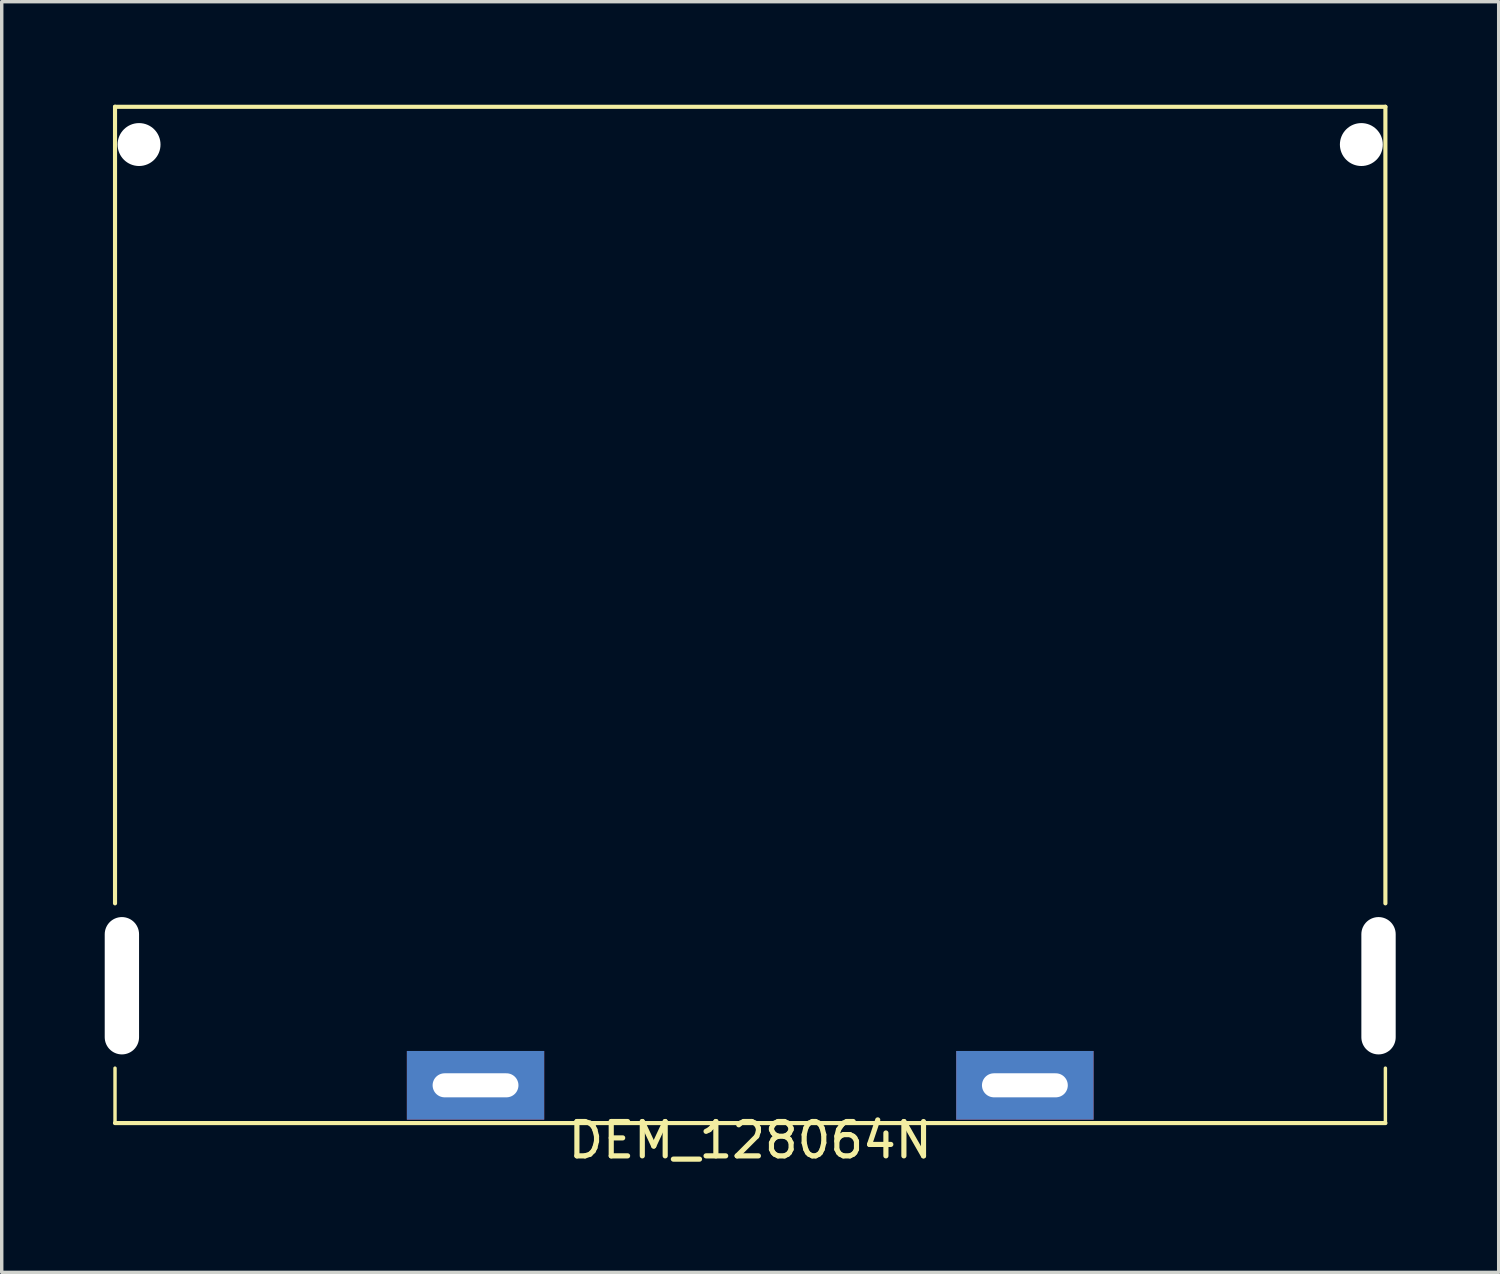
<source format=kicad_pcb>
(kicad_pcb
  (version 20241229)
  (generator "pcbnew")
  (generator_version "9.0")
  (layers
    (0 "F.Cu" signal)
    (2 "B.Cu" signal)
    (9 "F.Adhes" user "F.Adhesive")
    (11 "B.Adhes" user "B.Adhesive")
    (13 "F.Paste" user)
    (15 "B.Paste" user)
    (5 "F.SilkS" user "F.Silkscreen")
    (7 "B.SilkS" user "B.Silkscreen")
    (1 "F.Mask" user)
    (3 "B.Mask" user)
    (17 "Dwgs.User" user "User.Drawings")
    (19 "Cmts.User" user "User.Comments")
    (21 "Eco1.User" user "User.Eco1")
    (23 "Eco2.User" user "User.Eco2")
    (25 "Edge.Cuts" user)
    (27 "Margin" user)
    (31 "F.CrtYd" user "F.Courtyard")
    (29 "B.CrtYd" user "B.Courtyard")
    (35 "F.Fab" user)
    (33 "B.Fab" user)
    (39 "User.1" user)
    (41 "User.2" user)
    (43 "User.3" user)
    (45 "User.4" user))
  (footprint "DEM_128064N"
    (layer "F.Cu")
    (at 18.8 29.66)
    (property "Reference" "DEM_128064N" (at 0 0.5 0) (layer "F.SilkS") (effects (font (size 1 1) (thickness 0.15))))
    (attr through_hole)
    (fp_line (start -18.5 -29.6) (end 18.5 -29.6) (stroke (width 0.12) (type solid)) (layer "F.SilkS"))
    (fp_line (start -18.5 -6.4) (end -18.5 -29.6) (stroke (width 0.12) (type solid)) (layer "F.SilkS"))
    (fp_line (start -18.5 0) (end -18.5 -1.6) (stroke (width 0.1) (type default)) (layer "F.SilkS"))
    (fp_line (start -18.5 0) (end 18.5 0) (stroke (width 0.12) (type solid)) (layer "F.SilkS"))
    (fp_line (start 18.5 -6.4) (end 18.5 -29.6) (stroke (width 0.12) (type solid)) (layer "F.SilkS"))
    (fp_line (start 18.5 0) (end 18.5 -1.6) (stroke (width 0.1) (type default)) (layer "F.SilkS"))
    (pad "" np_thru_hole oval (at -18.3 -4) (size 1 4) (drill oval 1 4) (layers "*.Cu" "*.Mask"))
    (pad "" np_thru_hole circle (at -17.8 -28.5) (size 1.25 1.25) (drill 1.25) (layers "*.Cu" "*.Mask"))
    (pad "" np_thru_hole circle (at 17.8 -28.5) (size 1.25 1.25) (drill 1.25) (layers "*.Cu" "*.Mask"))
    (pad "" np_thru_hole oval (at 18.3 -4) (size 1 4) (drill oval 1 4) (layers "*.Cu" "*.Mask"))
    (pad "1" thru_hole rect (at 8 -1.1) (size 4 2) (drill oval 2.5 0.7) (layers "*.Cu" "*.Mask"))
    (pad "2" thru_hole rect (at -8 -1.1) (size 4 2) (drill oval 2.5 0.7) (layers "*.Cu" "*.Mask")))
  (gr_rect
    (start -3 -3)
    (end 40.6 34.008)
    (stroke (width 0.1) (type default))
    (fill no)
    (layer "Edge.Cuts")))
</source>
